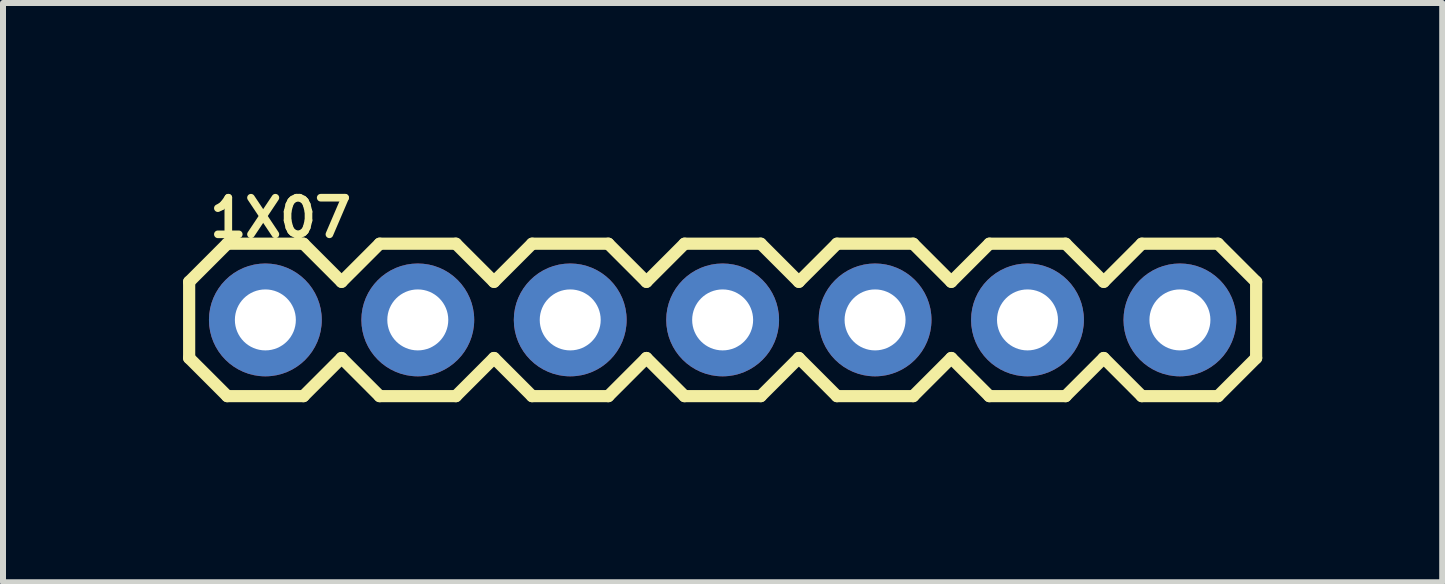
<source format=kicad_pcb>
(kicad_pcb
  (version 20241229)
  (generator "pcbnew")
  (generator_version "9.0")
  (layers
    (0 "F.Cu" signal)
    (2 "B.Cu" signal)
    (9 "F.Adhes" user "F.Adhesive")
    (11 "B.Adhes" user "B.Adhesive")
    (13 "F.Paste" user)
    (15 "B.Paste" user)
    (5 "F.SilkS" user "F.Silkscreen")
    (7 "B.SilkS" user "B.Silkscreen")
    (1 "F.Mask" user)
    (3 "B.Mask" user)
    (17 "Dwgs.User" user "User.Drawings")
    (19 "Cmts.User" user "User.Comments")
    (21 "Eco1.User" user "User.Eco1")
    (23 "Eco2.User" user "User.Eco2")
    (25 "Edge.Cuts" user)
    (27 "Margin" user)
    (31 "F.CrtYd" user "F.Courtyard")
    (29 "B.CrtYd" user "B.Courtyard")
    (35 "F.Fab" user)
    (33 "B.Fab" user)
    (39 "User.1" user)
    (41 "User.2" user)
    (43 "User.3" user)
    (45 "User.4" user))
  (footprint "1X07"
    (layer "F.Cu")
    (at 1.372 2.281)
    (property "Reference" "1X07" (at 0.254 -1.702 0) (layer "F.SilkS") (effects (font (size 0.61 0.61) (thickness 0.127))))
    (attr exclude_from_pos_files exclude_from_bom)
    (fp_line (start -1.27 -0.635) (end -1.27 0.635) (stroke (width 0.203) (type solid)) (layer "F.SilkS"))
    (fp_line (start -1.27 0.635) (end -0.635 1.27) (stroke (width 0.203) (type solid)) (layer "F.SilkS"))
    (fp_line (start -0.635 -1.27) (end -1.27 -0.635) (stroke (width 0.203) (type solid)) (layer "F.SilkS"))
    (fp_line (start -0.635 -1.27) (end 0.635 -1.27) (stroke (width 0.203) (type solid)) (layer "F.SilkS"))
    (fp_line (start 0.635 -1.27) (end 1.27 -0.635) (stroke (width 0.203) (type solid)) (layer "F.SilkS"))
    (fp_line (start 0.635 1.27) (end -0.635 1.27) (stroke (width 0.203) (type solid)) (layer "F.SilkS"))
    (fp_line (start 1.27 -0.635) (end 1.905 -1.27) (stroke (width 0.203) (type solid)) (layer "F.SilkS"))
    (fp_line (start 1.27 0.635) (end 0.635 1.27) (stroke (width 0.203) (type solid)) (layer "F.SilkS"))
    (fp_line (start 1.905 -1.27) (end 3.175 -1.27) (stroke (width 0.203) (type solid)) (layer "F.SilkS"))
    (fp_line (start 1.905 1.27) (end 1.27 0.635) (stroke (width 0.203) (type solid)) (layer "F.SilkS"))
    (fp_line (start 3.175 -1.27) (end 3.81 -0.635) (stroke (width 0.203) (type solid)) (layer "F.SilkS"))
    (fp_line (start 3.175 1.27) (end 1.905 1.27) (stroke (width 0.203) (type solid)) (layer "F.SilkS"))
    (fp_line (start 3.81 -0.635) (end 4.445 -1.27) (stroke (width 0.203) (type solid)) (layer "F.SilkS"))
    (fp_line (start 3.81 0.635) (end 3.175 1.27) (stroke (width 0.203) (type solid)) (layer "F.SilkS"))
    (fp_line (start 4.445 -1.27) (end 5.715 -1.27) (stroke (width 0.203) (type solid)) (layer "F.SilkS"))
    (fp_line (start 4.445 1.27) (end 3.81 0.635) (stroke (width 0.203) (type solid)) (layer "F.SilkS"))
    (fp_line (start 5.715 -1.27) (end 6.35 -0.635) (stroke (width 0.203) (type solid)) (layer "F.SilkS"))
    (fp_line (start 5.715 1.27) (end 4.445 1.27) (stroke (width 0.203) (type solid)) (layer "F.SilkS"))
    (fp_line (start 6.35 0.635) (end 5.715 1.27) (stroke (width 0.203) (type solid)) (layer "F.SilkS"))
    (fp_line (start 6.35 0.635) (end 6.985 1.27) (stroke (width 0.203) (type solid)) (layer "F.SilkS"))
    (fp_line (start 6.985 -1.27) (end 6.35 -0.635) (stroke (width 0.203) (type solid)) (layer "F.SilkS"))
    (fp_line (start 6.985 -1.27) (end 8.255 -1.27) (stroke (width 0.203) (type solid)) (layer "F.SilkS"))
    (fp_line (start 8.255 -1.27) (end 8.89 -0.635) (stroke (width 0.203) (type solid)) (layer "F.SilkS"))
    (fp_line (start 8.255 1.27) (end 6.985 1.27) (stroke (width 0.203) (type solid)) (layer "F.SilkS"))
    (fp_line (start 8.89 -0.635) (end 9.525 -1.27) (stroke (width 0.203) (type solid)) (layer "F.SilkS"))
    (fp_line (start 8.89 0.635) (end 8.255 1.27) (stroke (width 0.203) (type solid)) (layer "F.SilkS"))
    (fp_line (start 9.525 -1.27) (end 10.795 -1.27) (stroke (width 0.203) (type solid)) (layer "F.SilkS"))
    (fp_line (start 9.525 1.27) (end 8.89 0.635) (stroke (width 0.203) (type solid)) (layer "F.SilkS"))
    (fp_line (start 10.795 -1.27) (end 11.43 -0.635) (stroke (width 0.203) (type solid)) (layer "F.SilkS"))
    (fp_line (start 10.795 1.27) (end 9.525 1.27) (stroke (width 0.203) (type solid)) (layer "F.SilkS"))
    (fp_line (start 11.43 -0.635) (end 12.065 -1.27) (stroke (width 0.203) (type solid)) (layer "F.SilkS"))
    (fp_line (start 11.43 0.635) (end 10.795 1.27) (stroke (width 0.203) (type solid)) (layer "F.SilkS"))
    (fp_line (start 12.065 -1.27) (end 13.335 -1.27) (stroke (width 0.203) (type solid)) (layer "F.SilkS"))
    (fp_line (start 12.065 1.27) (end 11.43 0.635) (stroke (width 0.203) (type solid)) (layer "F.SilkS"))
    (fp_line (start 13.335 -1.27) (end 13.97 -0.635) (stroke (width 0.203) (type solid)) (layer "F.SilkS"))
    (fp_line (start 13.335 1.27) (end 12.065 1.27) (stroke (width 0.203) (type solid)) (layer "F.SilkS"))
    (fp_line (start 13.97 0.635) (end 13.335 1.27) (stroke (width 0.203) (type solid)) (layer "F.SilkS"))
    (fp_line (start 13.97 0.635) (end 14.605 1.27) (stroke (width 0.203) (type solid)) (layer "F.SilkS"))
    (fp_line (start 14.605 -1.27) (end 13.97 -0.635) (stroke (width 0.203) (type solid)) (layer "F.SilkS"))
    (fp_line (start 14.605 -1.27) (end 15.875 -1.27) (stroke (width 0.203) (type solid)) (layer "F.SilkS"))
    (fp_line (start 15.875 -1.27) (end 16.51 -0.635) (stroke (width 0.203) (type solid)) (layer "F.SilkS"))
    (fp_line (start 15.875 1.27) (end 14.605 1.27) (stroke (width 0.203) (type solid)) (layer "F.SilkS"))
    (fp_line (start 16.51 -0.635) (end 16.51 0.635) (stroke (width 0.203) (type solid)) (layer "F.SilkS"))
    (fp_line (start 16.51 0.635) (end 15.875 1.27) (stroke (width 0.203) (type solid)) (layer "F.SilkS"))
    (fp_line (start -0.254 -0.254) (end 0.254 -0.254) (stroke (width 0.066) (type solid)) (layer "Dwgs.User"))
    (fp_line (start -0.254 0.254) (end -0.254 -0.254) (stroke (width 0.066) (type solid)) (layer "Dwgs.User"))
    (fp_line (start -0.254 0.254) (end 0.254 0.254) (stroke (width 0.066) (type solid)) (layer "Dwgs.User"))
    (fp_line (start 0.254 0.254) (end 0.254 -0.254) (stroke (width 0.066) (type solid)) (layer "Dwgs.User"))
    (fp_line (start 2.286 -0.254) (end 2.794 -0.254) (stroke (width 0.066) (type solid)) (layer "Dwgs.User"))
    (fp_line (start 2.286 0.254) (end 2.286 -0.254) (stroke (width 0.066) (type solid)) (layer "Dwgs.User"))
    (fp_line (start 2.286 0.254) (end 2.794 0.254) (stroke (width 0.066) (type solid)) (layer "Dwgs.User"))
    (fp_line (start 2.794 0.254) (end 2.794 -0.254) (stroke (width 0.066) (type solid)) (layer "Dwgs.User"))
    (fp_line (start 4.826 -0.254) (end 5.334 -0.254) (stroke (width 0.066) (type solid)) (layer "Dwgs.User"))
    (fp_line (start 4.826 0.254) (end 4.826 -0.254) (stroke (width 0.066) (type solid)) (layer "Dwgs.User"))
    (fp_line (start 4.826 0.254) (end 5.334 0.254) (stroke (width 0.066) (type solid)) (layer "Dwgs.User"))
    (fp_line (start 5.334 0.254) (end 5.334 -0.254) (stroke (width 0.066) (type solid)) (layer "Dwgs.User"))
    (fp_line (start 7.366 -0.254) (end 7.874 -0.254) (stroke (width 0.066) (type solid)) (layer "Dwgs.User"))
    (fp_line (start 7.366 0.254) (end 7.366 -0.254) (stroke (width 0.066) (type solid)) (layer "Dwgs.User"))
    (fp_line (start 7.366 0.254) (end 7.874 0.254) (stroke (width 0.066) (type solid)) (layer "Dwgs.User"))
    (fp_line (start 7.874 0.254) (end 7.874 -0.254) (stroke (width 0.066) (type solid)) (layer "Dwgs.User"))
    (fp_line (start 9.906 -0.254) (end 10.414 -0.254) (stroke (width 0.066) (type solid)) (layer "Dwgs.User"))
    (fp_line (start 9.906 0.254) (end 9.906 -0.254) (stroke (width 0.066) (type solid)) (layer "Dwgs.User"))
    (fp_line (start 9.906 0.254) (end 10.414 0.254) (stroke (width 0.066) (type solid)) (layer "Dwgs.User"))
    (fp_line (start 10.414 0.254) (end 10.414 -0.254) (stroke (width 0.066) (type solid)) (layer "Dwgs.User"))
    (fp_line (start 12.446 -0.254) (end 12.954 -0.254) (stroke (width 0.066) (type solid)) (layer "Dwgs.User"))
    (fp_line (start 12.446 0.254) (end 12.446 -0.254) (stroke (width 0.066) (type solid)) (layer "Dwgs.User"))
    (fp_line (start 12.446 0.254) (end 12.954 0.254) (stroke (width 0.066) (type solid)) (layer "Dwgs.User"))
    (fp_line (start 12.954 0.254) (end 12.954 -0.254) (stroke (width 0.066) (type solid)) (layer "Dwgs.User"))
    (fp_line (start 14.986 -0.254) (end 15.494 -0.254) (stroke (width 0.066) (type solid)) (layer "Dwgs.User"))
    (fp_line (start 14.986 0.254) (end 14.986 -0.254) (stroke (width 0.066) (type solid)) (layer "Dwgs.User"))
    (fp_line (start 14.986 0.254) (end 15.494 0.254) (stroke (width 0.066) (type solid)) (layer "Dwgs.User"))
    (fp_line (start 15.494 0.254) (end 15.494 -0.254) (stroke (width 0.066) (type solid)) (layer "Dwgs.User"))
    (pad "1" thru_hole circle (at 0 0) (size 1.88 1.88) (drill 1.016) (layers "*.Cu" "*.Paste" "*.Mask"))
    (pad "2" thru_hole circle (at 2.54 0) (size 1.88 1.88) (drill 1.016) (layers "*.Cu" "*.Paste" "*.Mask"))
    (pad "3" thru_hole circle (at 5.08 0) (size 1.88 1.88) (drill 1.016) (layers "*.Cu" "*.Paste" "*.Mask"))
    (pad "4" thru_hole circle (at 7.62 0) (size 1.88 1.88) (drill 1.016) (layers "*.Cu" "*.Paste" "*.Mask"))
    (pad "5" thru_hole circle (at 10.16 0) (size 1.88 1.88) (drill 1.016) (layers "*.Cu" "*.Paste" "*.Mask"))
    (pad "6" thru_hole circle (at 12.7 0) (size 1.88 1.88) (drill 1.016) (layers "*.Cu" "*.Paste" "*.Mask"))
    (pad "7" thru_hole circle (at 15.24 0) (size 1.88 1.88) (drill 1.016) (layers "*.Cu" "*.Paste" "*.Mask")))
  (gr_rect
    (start -3 -3)
    (end 20.983 6.653)
    (stroke (width 0.1) (type default))
    (fill no)
    (layer "Edge.Cuts")))
</source>
